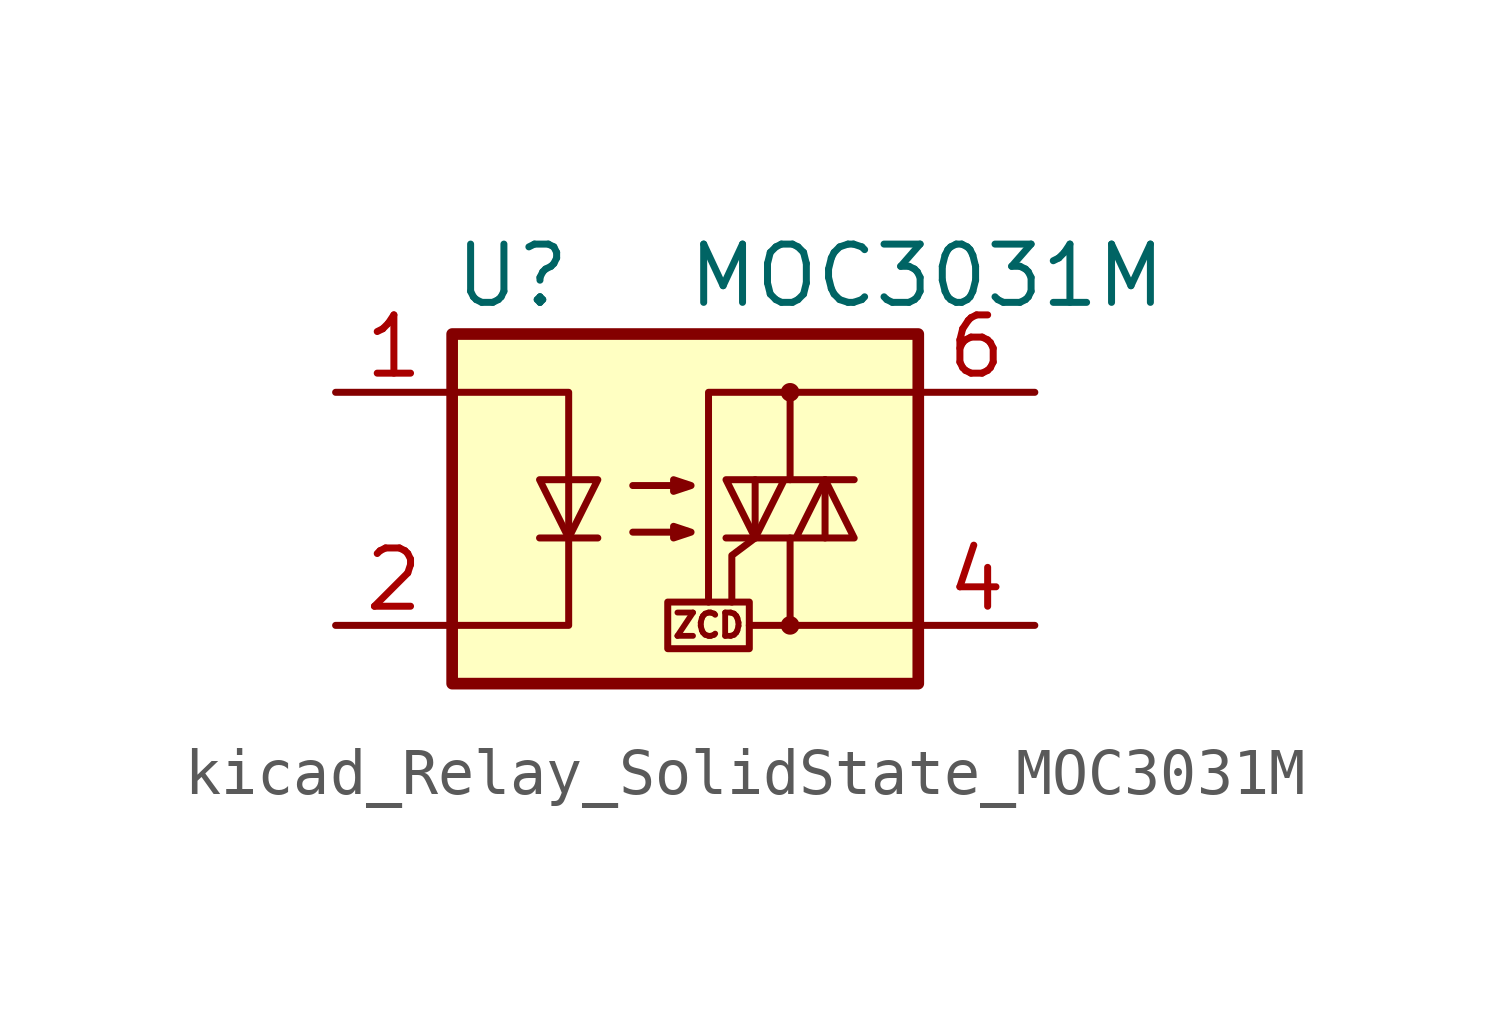
<source format=kicad_sym>
(kicad_symbol_lib
  (version 20220914)
  (generator kicad_symbol_editor)
  (symbol "kicad_Relay_SolidState_MOC3031M"
    (property "Reference" "U"
      (at -5.08 5.08 0)
      (effects (font (size 1.27 1.27)) (justify left)))
    (property "Value" "MOC3031M"
      (at 0 5.08 0)
      (effects (font (size 1.27 1.27)) (justify left)))
    (symbol "kicad_Relay_SolidState_MOC3031M_0_0"
      (rectangle (start -0.381 -2.032) (end 1.397 -3.048) (stroke (width 0) (type default)) (fill (type none)))
      (polyline (pts (xy 2.286 -2.54) (xy 1.397 -2.54)) (stroke (width 0) (type default)) (fill (type none)))
      (polyline (pts (xy 1.524 -0.635) (xy 1.016 -1.016) (xy 1.016 -2.032)) (stroke (width 0) (type default)) (fill (type none)))
      (text "ZCD" (at 0.508 -2.54 0) (effects (font (size 0.508 0.508)))))
    (symbol "kicad_Relay_SolidState_MOC3031M_0_1"
      (rectangle (start -5.08 3.81) (end 5.08 -3.81) (stroke (width 0.254) (type default)) (fill (type background)))
      (polyline (pts (xy -3.175 -0.635) (xy -1.905 -0.635)) (stroke (width 0) (type default)) (fill (type none)))
      (polyline (pts (xy 1.524 -0.635) (xy 1.524 0.635)) (stroke (width 0) (type default)) (fill (type none)))
      (polyline (pts (xy 3.048 0.635) (xy 3.048 -0.635)) (stroke (width 0) (type default)) (fill (type none)))
      (polyline (pts (xy 2.286 -0.635) (xy 2.286 -2.54) (xy 5.08 -2.54)) (stroke (width 0) (type default)) (fill (type none)))
      (polyline (pts (xy 2.286 0.635) (xy 2.286 2.54) (xy 5.08 2.54)) (stroke (width 0) (type default)) (fill (type none)))
      (polyline (pts (xy 2.286 2.54) (xy 0.508 2.54) (xy 0.508 -2.032)) (stroke (width 0) (type default)) (fill (type none)))
      (polyline (pts (xy -5.08 2.54) (xy -2.54 2.54) (xy -2.54 -2.54) (xy -5.08 -2.54)) (stroke (width 0) (type default)) (fill (type none)))
      (polyline (pts (xy -2.54 -0.635) (xy -3.175 0.635) (xy -1.905 0.635) (xy -2.54 -0.635)) (stroke (width 0) (type default)) (fill (type none)))
      (polyline (pts (xy 0.889 -0.635) (xy 3.683 -0.635) (xy 3.048 0.635) (xy 2.413 -0.635)) (stroke (width 0) (type default)) (fill (type none)))
      (polyline (pts (xy 3.683 0.635) (xy 0.889 0.635) (xy 1.524 -0.635) (xy 2.159 0.635)) (stroke (width 0) (type default)) (fill (type none)))
      (polyline (pts (xy -1.143 -0.508) (xy 0.127 -0.508) (xy -0.254 -0.635) (xy -0.254 -0.381) (xy 0.127 -0.508)) (stroke (width 0) (type default)) (fill (type none)))
      (polyline (pts (xy -1.143 0.508) (xy 0.127 0.508) (xy -0.254 0.381) (xy -0.254 0.635) (xy 0.127 0.508)) (stroke (width 0) (type default)) (fill (type none)))
      (circle (center 2.286 -2.54) (radius 0.127) (stroke (width 0) (type default)) (fill (type none)))
      (circle (center 2.286 2.54) (radius 0.127) (stroke (width 0) (type default)) (fill (type none))))
    (symbol "kicad_Relay_SolidState_MOC3031M_1_1"
      (pin passive line (at -7.62 2.54 0) (length 2.54) (name "~" (effects (font (size 1.27 1.27)))) (number "1" (effects (font (size 1.27 1.27)))))
      (pin passive line (at -7.62 -2.54 0) (length 2.54) (name "~" (effects (font (size 1.27 1.27)))) (number "2" (effects (font (size 1.27 1.27)))))
      (pin no_connect line (at -5.08 0 0) (length 2.54) hide (name "NC" (effects (font (size 1.27 1.27)))) (number "3" (effects (font (size 1.27 1.27)))))
      (pin passive line (at 7.62 -2.54 180) (length 2.54) (name "~" (effects (font (size 1.27 1.27)))) (number "4" (effects (font (size 1.27 1.27)))))
      (pin no_connect line (at 5.08 0 180) (length 2.54) hide (name "NC" (effects (font (size 1.27 1.27)))) (number "5" (effects (font (size 1.27 1.27)))))
      (pin passive line (at 7.62 2.54 180) (length 2.54) (name "~" (effects (font (size 1.27 1.27)))) (number "6" (effects (font (size 1.27 1.27))))))))
</source>
